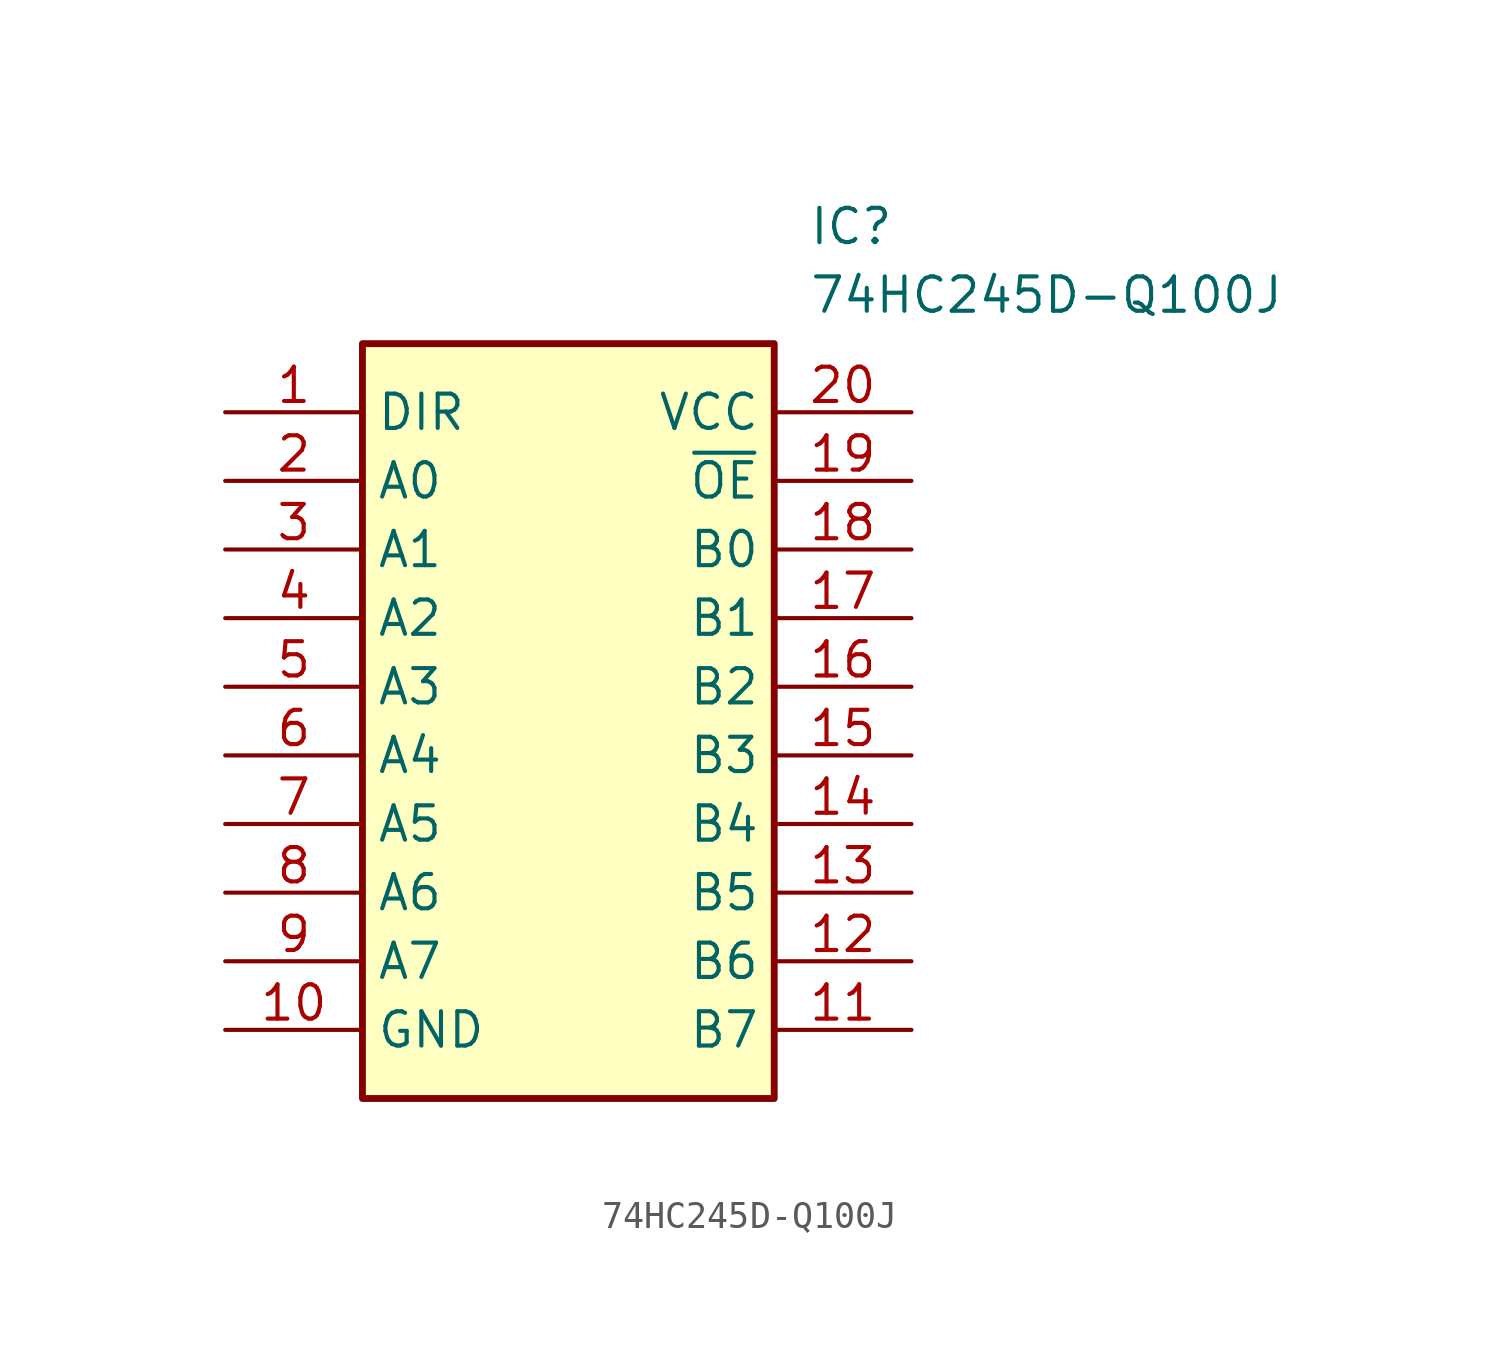
<source format=kicad_sym>
(kicad_symbol_lib
  (version 20211014)
  (generator SamacSys_ECAD_Model)
  (symbol "74HC245D-Q100J"
    (property "Reference" "IC"
      (at 21.59 7.62 0)
      (effects (font (size 1.27 1.27)) (justify left top)))
    (property "Value" "74HC245D-Q100J"
      (at 21.59 5.08 0)
      (effects (font (size 1.27 1.27)) (justify left top)))
    (rectangle
      (start 5.08 2.54)
      (end 20.32 -25.4)
      (stroke (width 0.254) (type default))
      (fill (type background)))
    (pin passive line
      (at 0 0 0)
      (length 5.08)
      (name "DIR" (effects (font (size 1.27 1.27))))
      (number "1" (effects (font (size 1.27 1.27)))))
    (pin passive line
      (at 0 -2.54 0)
      (length 5.08)
      (name "A0" (effects (font (size 1.27 1.27))))
      (number "2" (effects (font (size 1.27 1.27)))))
    (pin passive line
      (at 0 -5.08 0)
      (length 5.08)
      (name "A1" (effects (font (size 1.27 1.27))))
      (number "3" (effects (font (size 1.27 1.27)))))
    (pin passive line
      (at 0 -7.62 0)
      (length 5.08)
      (name "A2" (effects (font (size 1.27 1.27))))
      (number "4" (effects (font (size 1.27 1.27)))))
    (pin passive line
      (at 0 -10.16 0)
      (length 5.08)
      (name "A3" (effects (font (size 1.27 1.27))))
      (number "5" (effects (font (size 1.27 1.27)))))
    (pin passive line
      (at 0 -12.7 0)
      (length 5.08)
      (name "A4" (effects (font (size 1.27 1.27))))
      (number "6" (effects (font (size 1.27 1.27)))))
    (pin passive line
      (at 0 -15.24 0)
      (length 5.08)
      (name "A5" (effects (font (size 1.27 1.27))))
      (number "7" (effects (font (size 1.27 1.27)))))
    (pin passive line
      (at 0 -17.78 0)
      (length 5.08)
      (name "A6" (effects (font (size 1.27 1.27))))
      (number "8" (effects (font (size 1.27 1.27)))))
    (pin passive line
      (at 0 -20.32 0)
      (length 5.08)
      (name "A7" (effects (font (size 1.27 1.27))))
      (number "9" (effects (font (size 1.27 1.27)))))
    (pin passive line
      (at 0 -22.86 0)
      (length 5.08)
      (name "GND" (effects (font (size 1.27 1.27))))
      (number "10" (effects (font (size 1.27 1.27)))))
    (pin passive line
      (at 25.4 0 180)
      (length 5.08)
      (name "VCC" (effects (font (size 1.27 1.27))))
      (number "20" (effects (font (size 1.27 1.27)))))
    (pin passive line
      (at 25.4 -2.54 180)
      (length 5.08)
      (name "~{OE}" (effects (font (size 1.27 1.27))))
      (number "19" (effects (font (size 1.27 1.27)))))
    (pin passive line
      (at 25.4 -5.08 180)
      (length 5.08)
      (name "B0" (effects (font (size 1.27 1.27))))
      (number "18" (effects (font (size 1.27 1.27)))))
    (pin passive line
      (at 25.4 -7.62 180)
      (length 5.08)
      (name "B1" (effects (font (size 1.27 1.27))))
      (number "17" (effects (font (size 1.27 1.27)))))
    (pin passive line
      (at 25.4 -10.16 180)
      (length 5.08)
      (name "B2" (effects (font (size 1.27 1.27))))
      (number "16" (effects (font (size 1.27 1.27)))))
    (pin passive line
      (at 25.4 -12.7 180)
      (length 5.08)
      (name "B3" (effects (font (size 1.27 1.27))))
      (number "15" (effects (font (size 1.27 1.27)))))
    (pin passive line
      (at 25.4 -15.24 180)
      (length 5.08)
      (name "B4" (effects (font (size 1.27 1.27))))
      (number "14" (effects (font (size 1.27 1.27)))))
    (pin passive line
      (at 25.4 -17.78 180)
      (length 5.08)
      (name "B5" (effects (font (size 1.27 1.27))))
      (number "13" (effects (font (size 1.27 1.27)))))
    (pin passive line
      (at 25.4 -20.32 180)
      (length 5.08)
      (name "B6" (effects (font (size 1.27 1.27))))
      (number "12" (effects (font (size 1.27 1.27)))))
    (pin passive line
      (at 25.4 -22.86 180)
      (length 5.08)
      (name "B7" (effects (font (size 1.27 1.27))))
      (number "11" (effects (font (size 1.27 1.27)))))))
</source>
